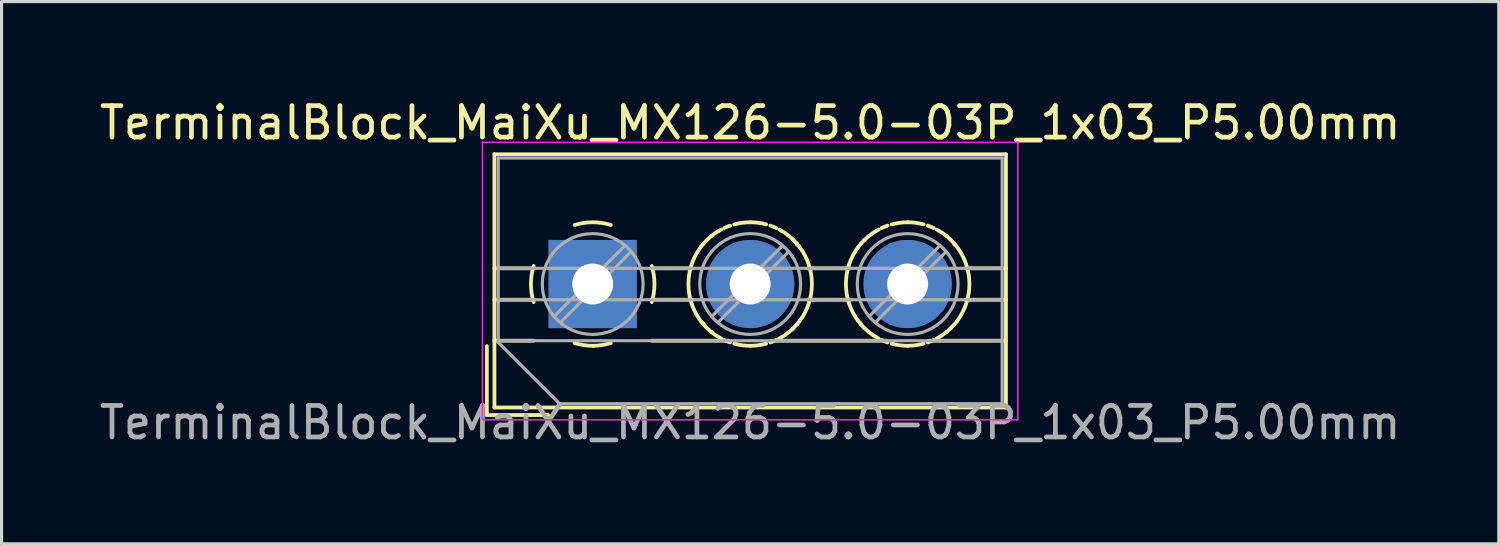
<source format=kicad_pcb>
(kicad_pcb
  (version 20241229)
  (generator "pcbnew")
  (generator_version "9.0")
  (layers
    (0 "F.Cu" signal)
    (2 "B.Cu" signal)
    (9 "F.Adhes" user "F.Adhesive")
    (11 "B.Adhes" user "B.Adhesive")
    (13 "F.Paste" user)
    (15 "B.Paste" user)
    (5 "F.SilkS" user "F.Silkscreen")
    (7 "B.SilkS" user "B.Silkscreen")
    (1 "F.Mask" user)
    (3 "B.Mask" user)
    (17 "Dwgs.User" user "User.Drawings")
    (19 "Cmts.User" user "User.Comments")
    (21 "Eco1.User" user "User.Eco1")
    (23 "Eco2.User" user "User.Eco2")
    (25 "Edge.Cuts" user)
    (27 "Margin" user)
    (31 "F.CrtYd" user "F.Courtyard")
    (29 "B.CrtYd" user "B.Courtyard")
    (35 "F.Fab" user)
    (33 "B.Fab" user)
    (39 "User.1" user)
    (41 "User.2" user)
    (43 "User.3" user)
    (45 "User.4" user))
  (footprint "TerminalBlock_MaiXu_MX126-5.0-03P_1x03_P5.00mm"
    (layer "F.Cu")
    (at 15.768 5.968)
    (property "Reference" "TerminalBlock_MaiXu_MX126-5.0-03P_1x03_P5.00mm" (at 5 -5.12 0) (layer "F.SilkS") (effects (font (size 1 1) (thickness 0.15))))
    (attr through_hole)
    (fp_line (start -3.36 1.97) (end -3.36 4.16) (stroke (width 0.12) (type solid)) (layer "F.SilkS"))
    (fp_line (start -3.36 4.16) (end -1.41 4.16) (stroke (width 0.12) (type solid)) (layer "F.SilkS"))
    (fp_line (start -3.12 -4.12) (end -3.12 3.92) (stroke (width 0.12) (type solid)) (layer "F.SilkS"))
    (fp_line (start -3.12 -4.12) (end 13.12 -4.12) (stroke (width 0.12) (type solid)) (layer "F.SilkS"))
    (fp_line (start -3.12 -0.5) (end -1.88 -0.5) (stroke (width 0.12) (type solid)) (layer "F.SilkS"))
    (fp_line (start -3.12 0.5) (end -1.88 0.5) (stroke (width 0.12) (type solid)) (layer "F.SilkS"))
    (fp_line (start -3.12 1.8) (end -1.88 1.8) (stroke (width 0.12) (type solid)) (layer "F.SilkS"))
    (fp_line (start -3.12 3.92) (end 13.12 3.92) (stroke (width 0.12) (type solid)) (layer "F.SilkS"))
    (fp_line (start 1.88 -0.5) (end 3.165 -0.5) (stroke (width 0.12) (type solid)) (layer "F.SilkS"))
    (fp_line (start 1.88 0.5) (end 3.165 0.5) (stroke (width 0.12) (type solid)) (layer "F.SilkS"))
    (fp_line (start 1.88 1.8) (end 4.331 1.8) (stroke (width 0.12) (type solid)) (layer "F.SilkS"))
    (fp_line (start 3.514 1.248) (end 3.514 1.248) (stroke (width 0.12) (type solid)) (layer "F.SilkS"))
    (fp_line (start 5.67 1.8) (end 9.331 1.8) (stroke (width 0.12) (type solid)) (layer "F.SilkS"))
    (fp_line (start 6.487 -1.248) (end 6.487 -1.248) (stroke (width 0.12) (type solid)) (layer "F.SilkS"))
    (fp_line (start 6.836 -0.5) (end 8.165 -0.5) (stroke (width 0.12) (type solid)) (layer "F.SilkS"))
    (fp_line (start 6.836 0.5) (end 8.165 0.5) (stroke (width 0.12) (type solid)) (layer "F.SilkS"))
    (fp_line (start 8.514 1.248) (end 8.514 1.248) (stroke (width 0.12) (type solid)) (layer "F.SilkS"))
    (fp_line (start 10.67 1.8) (end 13.12 1.8) (stroke (width 0.12) (type solid)) (layer "F.SilkS"))
    (fp_line (start 11.487 -1.248) (end 11.487 -1.248) (stroke (width 0.12) (type solid)) (layer "F.SilkS"))
    (fp_line (start 11.836 -0.5) (end 13.12 -0.5) (stroke (width 0.12) (type solid)) (layer "F.SilkS"))
    (fp_line (start 11.836 0.5) (end 13.12 0.5) (stroke (width 0.12) (type solid)) (layer "F.SilkS"))
    (fp_line (start 13.12 -4.12) (end 13.12 3.92) (stroke (width 0.12) (type solid)) (layer "F.SilkS"))
    (fp_arc (start -1.875422 0.572619) (mid -1.960893 -0.000722) (end -1.875 -0.574) (stroke (width 0.12) (type solid)) (layer "F.SilkS"))
    (fp_arc (start -0.572619 -1.875422) (mid 0.000722 -1.960893) (end 0.574 -1.875) (stroke (width 0.12) (type solid)) (layer "F.SilkS"))
    (fp_arc (start 0.0335 1.960607) (mid -0.273618 1.941709) (end -0.574 1.875) (stroke (width 0.12) (type solid)) (layer "F.SilkS"))
    (fp_arc (start 0.573049 1.874357) (mid 0.289706 1.938471) (end 0 1.96) (stroke (width 0.12) (type solid)) (layer "F.SilkS"))
    (fp_arc (start 1.875422 -0.572619) (mid 1.960893 0.000722) (end 1.875 0.574) (stroke (width 0.12) (type solid)) (layer "F.SilkS"))
    (fp_arc (start 3.434339 1.179122) (mid 3.039994 -0.000549) (end 3.435 -1.18) (stroke (width 0.12) (type solid)) (layer "F.SilkS"))
    (fp_arc (start 3.434826 -1.180695) (mid 3.476985 -1.2346) (end 3.521 -1.287) (stroke (width 0.12) (type solid)) (layer "F.SilkS"))
    (fp_arc (start 3.521125 1.286294) (mid 3.477135 1.233899) (end 3.435 1.18) (stroke (width 0.12) (type solid)) (layer "F.SilkS"))
    (fp_arc (start 3.521202 -1.287012) (mid 3.578748 -1.350291) (end 3.639 -1.411) (stroke (width 0.12) (type solid)) (layer "F.SilkS"))
    (fp_arc (start 3.63871 1.41001) (mid 3.578502 1.349289) (end 3.521 1.286) (stroke (width 0.12) (type solid)) (layer "F.SilkS"))
    (fp_arc (start 3.638867 -1.410738) (mid 3.701698 -1.468767) (end 3.767 -1.524) (stroke (width 0.12) (type solid)) (layer "F.SilkS"))
    (fp_arc (start 3.767069 1.523253) (mid 3.701799 1.468024) (end 3.639 1.41) (stroke (width 0.12) (type solid)) (layer "F.SilkS"))
    (fp_arc (start 3.767452 -1.524377) (mid 3.835117 -1.576689) (end 3.905 -1.626) (stroke (width 0.12) (type solid)) (layer "F.SilkS"))
    (fp_arc (start 3.904517 1.625664) (mid 3.834649 1.576332) (end 3.767 1.524) (stroke (width 0.12) (type solid)) (layer "F.SilkS"))
    (fp_arc (start 3.93363 -1.644317) (mid 4.00637 -1.689266) (end 4.081 -1.731) (stroke (width 0.12) (type solid)) (layer "F.SilkS"))
    (fp_arc (start 4.080344 1.730739) (mid 4.005726 1.688977) (end 3.933 1.644) (stroke (width 0.12) (type solid)) (layer "F.SilkS"))
    (fp_arc (start 4.172694 -1.777259) (mid 4.266842 -1.818121) (end 4.363 -1.854) (stroke (width 0.12) (type solid)) (layer "F.SilkS"))
    (fp_arc (start 4.362283 1.853815) (mid 4.266136 1.817899) (end 4.172 1.777) (stroke (width 0.12) (type solid)) (layer "F.SilkS"))
    (fp_arc (start 4.493681 -1.893473) (mid 4.74516 -1.943362) (end 5.001 -1.96) (stroke (width 0.12) (type solid)) (layer "F.SilkS"))
    (fp_arc (start 5.000479 1.960685) (mid 4.744554 1.943973) (end 4.493 1.894) (stroke (width 0.12) (type solid)) (layer "F.SilkS"))
    (fp_arc (start 5.000487 -1.960944) (mid 5.256437 -1.944104) (end 5.508 -1.894) (stroke (width 0.12) (type solid)) (layer "F.SilkS"))
    (fp_arc (start 5.507285 1.893215) (mid 5.255831 1.943232) (end 5 1.96) (stroke (width 0.12) (type solid)) (layer "F.SilkS"))
    (fp_arc (start 5.638712 -1.85392) (mid 5.734863 -1.817951) (end 5.829 -1.777) (stroke (width 0.12) (type solid)) (layer "F.SilkS"))
    (fp_arc (start 5.829295 1.77705) (mid 5.735155 1.818016) (end 5.639 1.854) (stroke (width 0.12) (type solid)) (layer "F.SilkS"))
    (fp_arc (start 5.920652 -1.730826) (mid 5.995273 -1.689021) (end 6.068 -1.644) (stroke (width 0.12) (type solid)) (layer "F.SilkS"))
    (fp_arc (start 6.068362 1.644143) (mid 5.995629 1.689179) (end 5.921 1.731) (stroke (width 0.12) (type solid)) (layer "F.SilkS"))
    (fp_arc (start 6.096479 -1.625751) (mid 6.16635 -1.576376) (end 6.234 -1.524) (stroke (width 0.12) (type solid)) (layer "F.SilkS"))
    (fp_arc (start 6.233457 1.523294) (mid 6.165838 1.575647) (end 6.096 1.625) (stroke (width 0.12) (type solid)) (layer "F.SilkS"))
    (fp_arc (start 6.233928 -1.523341) (mid 6.2992 -1.468068) (end 6.362 -1.41) (stroke (width 0.12) (type solid)) (layer "F.SilkS"))
    (fp_arc (start 6.36213 1.410651) (mid 6.299301 1.468723) (end 6.234 1.524) (stroke (width 0.12) (type solid)) (layer "F.SilkS"))
    (fp_arc (start 6.362286 -1.410097) (mid 6.422497 -1.349333) (end 6.48 -1.286) (stroke (width 0.12) (type solid)) (layer "F.SilkS"))
    (fp_arc (start 6.479707 1.285928) (mid 6.422207 1.349248) (end 6.362 1.41) (stroke (width 0.12) (type solid)) (layer "F.SilkS"))
    (fp_arc (start 6.479873 -1.286364) (mid 6.523865 -1.233934) (end 6.566 -1.18) (stroke (width 0.12) (type solid)) (layer "F.SilkS"))
    (fp_arc (start 6.565937 -1.180084) (mid 6.960805 -0.000052) (end 6.566 1.18) (stroke (width 0.12) (type solid)) (layer "F.SilkS"))
    (fp_arc (start 6.566102 1.179628) (mid 6.523979 1.233565) (end 6.48 1.286) (stroke (width 0.12) (type solid)) (layer "F.SilkS"))
    (fp_arc (start 8.434339 1.179122) (mid 8.039994 -0.000549) (end 8.435 -1.18) (stroke (width 0.12) (type solid)) (layer "F.SilkS"))
    (fp_arc (start 8.434826 -1.180695) (mid 8.476985 -1.2346) (end 8.521 -1.287) (stroke (width 0.12) (type solid)) (layer "F.SilkS"))
    (fp_arc (start 8.521125 1.286294) (mid 8.477135 1.233899) (end 8.435 1.18) (stroke (width 0.12) (type solid)) (layer "F.SilkS"))
    (fp_arc (start 8.521202 -1.287012) (mid 8.578748 -1.350291) (end 8.639 -1.411) (stroke (width 0.12) (type solid)) (layer "F.SilkS"))
    (fp_arc (start 8.63871 1.41001) (mid 8.578502 1.349289) (end 8.521 1.286) (stroke (width 0.12) (type solid)) (layer "F.SilkS"))
    (fp_arc (start 8.638867 -1.410738) (mid 8.701698 -1.468767) (end 8.767 -1.524) (stroke (width 0.12) (type solid)) (layer "F.SilkS"))
    (fp_arc (start 8.767069 1.523253) (mid 8.701799 1.468024) (end 8.639 1.41) (stroke (width 0.12) (type solid)) (layer "F.SilkS"))
    (fp_arc (start 8.767452 -1.524377) (mid 8.835117 -1.576689) (end 8.905 -1.626) (stroke (width 0.12) (type solid)) (layer "F.SilkS"))
    (fp_arc (start 8.904517 1.625664) (mid 8.834649 1.576332) (end 8.767 1.524) (stroke (width 0.12) (type solid)) (layer "F.SilkS"))
    (fp_arc (start 8.93363 -1.644317) (mid 9.00637 -1.689266) (end 9.081 -1.731) (stroke (width 0.12) (type solid)) (layer "F.SilkS"))
    (fp_arc (start 9.080344 1.730739) (mid 9.005726 1.688977) (end 8.933 1.644) (stroke (width 0.12) (type solid)) (layer "F.SilkS"))
    (fp_arc (start 9.172694 -1.777259) (mid 9.266842 -1.818121) (end 9.363 -1.854) (stroke (width 0.12) (type solid)) (layer "F.SilkS"))
    (fp_arc (start 9.362283 1.853815) (mid 9.266136 1.817899) (end 9.172 1.777) (stroke (width 0.12) (type solid)) (layer "F.SilkS"))
    (fp_arc (start 9.493681 -1.893473) (mid 9.74516 -1.943362) (end 10.001 -1.96) (stroke (width 0.12) (type solid)) (layer "F.SilkS"))
    (fp_arc (start 10.000479 1.960685) (mid 9.744554 1.943973) (end 9.493 1.894) (stroke (width 0.12) (type solid)) (layer "F.SilkS"))
    (fp_arc (start 10.000487 -1.960944) (mid 10.256437 -1.944104) (end 10.508 -1.894) (stroke (width 0.12) (type solid)) (layer "F.SilkS"))
    (fp_arc (start 10.507285 1.893215) (mid 10.255831 1.943232) (end 10 1.96) (stroke (width 0.12) (type solid)) (layer "F.SilkS"))
    (fp_arc (start 10.638712 -1.85392) (mid 10.734863 -1.817951) (end 10.829 -1.777) (stroke (width 0.12) (type solid)) (layer "F.SilkS"))
    (fp_arc (start 10.829295 1.77705) (mid 10.735155 1.818016) (end 10.639 1.854) (stroke (width 0.12) (type solid)) (layer "F.SilkS"))
    (fp_arc (start 10.920652 -1.730826) (mid 10.995273 -1.689021) (end 11.068 -1.644) (stroke (width 0.12) (type solid)) (layer "F.SilkS"))
    (fp_arc (start 11.068362 1.644143) (mid 10.995629 1.689179) (end 10.921 1.731) (stroke (width 0.12) (type solid)) (layer "F.SilkS"))
    (fp_arc (start 11.096479 -1.625751) (mid 11.16635 -1.576376) (end 11.234 -1.524) (stroke (width 0.12) (type solid)) (layer "F.SilkS"))
    (fp_arc (start 11.233457 1.523294) (mid 11.165838 1.575647) (end 11.096 1.625) (stroke (width 0.12) (type solid)) (layer "F.SilkS"))
    (fp_arc (start 11.233928 -1.523341) (mid 11.2992 -1.468068) (end 11.362 -1.41) (stroke (width 0.12) (type solid)) (layer "F.SilkS"))
    (fp_arc (start 11.36213 1.410651) (mid 11.299301 1.468723) (end 11.234 1.524) (stroke (width 0.12) (type solid)) (layer "F.SilkS"))
    (fp_arc (start 11.362286 -1.410097) (mid 11.422497 -1.349333) (end 11.48 -1.286) (stroke (width 0.12) (type solid)) (layer "F.SilkS"))
    (fp_arc (start 11.479707 1.285928) (mid 11.422207 1.349248) (end 11.362 1.41) (stroke (width 0.12) (type solid)) (layer "F.SilkS"))
    (fp_arc (start 11.479873 -1.286364) (mid 11.523865 -1.233934) (end 11.566 -1.18) (stroke (width 0.12) (type solid)) (layer "F.SilkS"))
    (fp_arc (start 11.565937 -1.180084) (mid 11.960805 -0.000052) (end 11.566 1.18) (stroke (width 0.12) (type solid)) (layer "F.SilkS"))
    (fp_arc (start 11.566102 1.179628) (mid 11.523979 1.233565) (end 11.48 1.286) (stroke (width 0.12) (type solid)) (layer "F.SilkS"))
    (fp_line (start -3.5 -4.5) (end -3.5 4.31) (stroke (width 0.05) (type solid)) (layer "F.CrtYd"))
    (fp_line (start -3.5 4.31) (end 13.5 4.31) (stroke (width 0.05) (type solid)) (layer "F.CrtYd"))
    (fp_line (start 13.5 -4.5) (end -3.5 -4.5) (stroke (width 0.05) (type solid)) (layer "F.CrtYd"))
    (fp_line (start 13.5 4.31) (end 13.5 -4.5) (stroke (width 0.05) (type solid)) (layer "F.CrtYd"))
    (fp_line (start -3 -4) (end 13 -4) (stroke (width 0.1) (type solid)) (layer "F.Fab"))
    (fp_line (start -3 -0.5) (end 13 -0.5) (stroke (width 0.1) (type solid)) (layer "F.Fab"))
    (fp_line (start -3 0.5) (end 13 0.5) (stroke (width 0.1) (type solid)) (layer "F.Fab"))
    (fp_line (start -3 1.8) (end 13 1.8) (stroke (width 0.1) (type solid)) (layer "F.Fab"))
    (fp_line (start -3 1.85) (end -3 -4) (stroke (width 0.1) (type solid)) (layer "F.Fab"))
    (fp_line (start -1.05 3.8) (end -3 1.85) (stroke (width 0.1) (type solid)) (layer "F.Fab"))
    (fp_line (start 1.019 -1.214) (end -1.214 1.018) (stroke (width 0.1) (type solid)) (layer "F.Fab"))
    (fp_line (start 1.214 -1.019) (end -1.019 1.214) (stroke (width 0.1) (type solid)) (layer "F.Fab"))
    (fp_line (start 6.019 -1.214) (end 3.787 1.018) (stroke (width 0.1) (type solid)) (layer "F.Fab"))
    (fp_line (start 6.214 -1.019) (end 3.982 1.214) (stroke (width 0.1) (type solid)) (layer "F.Fab"))
    (fp_line (start 11.019 -1.214) (end 8.787 1.018) (stroke (width 0.1) (type solid)) (layer "F.Fab"))
    (fp_line (start 11.214 -1.019) (end 8.982 1.214) (stroke (width 0.1) (type solid)) (layer "F.Fab"))
    (fp_line (start 13 -4) (end 13 3.8) (stroke (width 0.1) (type solid)) (layer "F.Fab"))
    (fp_line (start 13 3.8) (end -1.05 3.8) (stroke (width 0.1) (type solid)) (layer "F.Fab"))
    (fp_circle (center 0 0) (end 1.6 0) (stroke (width 0.1) (type solid)) (fill no) (layer "F.Fab"))
    (fp_circle (center 5 0) (end 6.6 0) (stroke (width 0.1) (type solid)) (fill no) (layer "F.Fab"))
    (fp_circle (center 10 0) (end 11.6 0) (stroke (width 0.1) (type solid)) (fill no) (layer "F.Fab"))
    (fp_text user "${REFERENCE}" (at 5 4.4 0) (layer "F.Fab") (effects (font (size 1 1) (thickness 0.15))))
    (pad "1" thru_hole rect (at 0 0) (size 2.8 2.8) (drill 1.3) (layers "*.Cu" "*.Mask"))
    (pad "2" thru_hole circle (at 5 0) (size 2.8 2.8) (drill 1.3) (layers "*.Cu" "*.Mask"))
    (pad "3" thru_hole circle (at 10 0) (size 2.8 2.8) (drill 1.3) (layers "*.Cu" "*.Mask")))
  (gr_rect
    (start -3 -3)
    (end 44.536 14.216)
    (stroke (width 0.1) (type default))
    (fill no)
    (layer "Edge.Cuts")))
</source>
